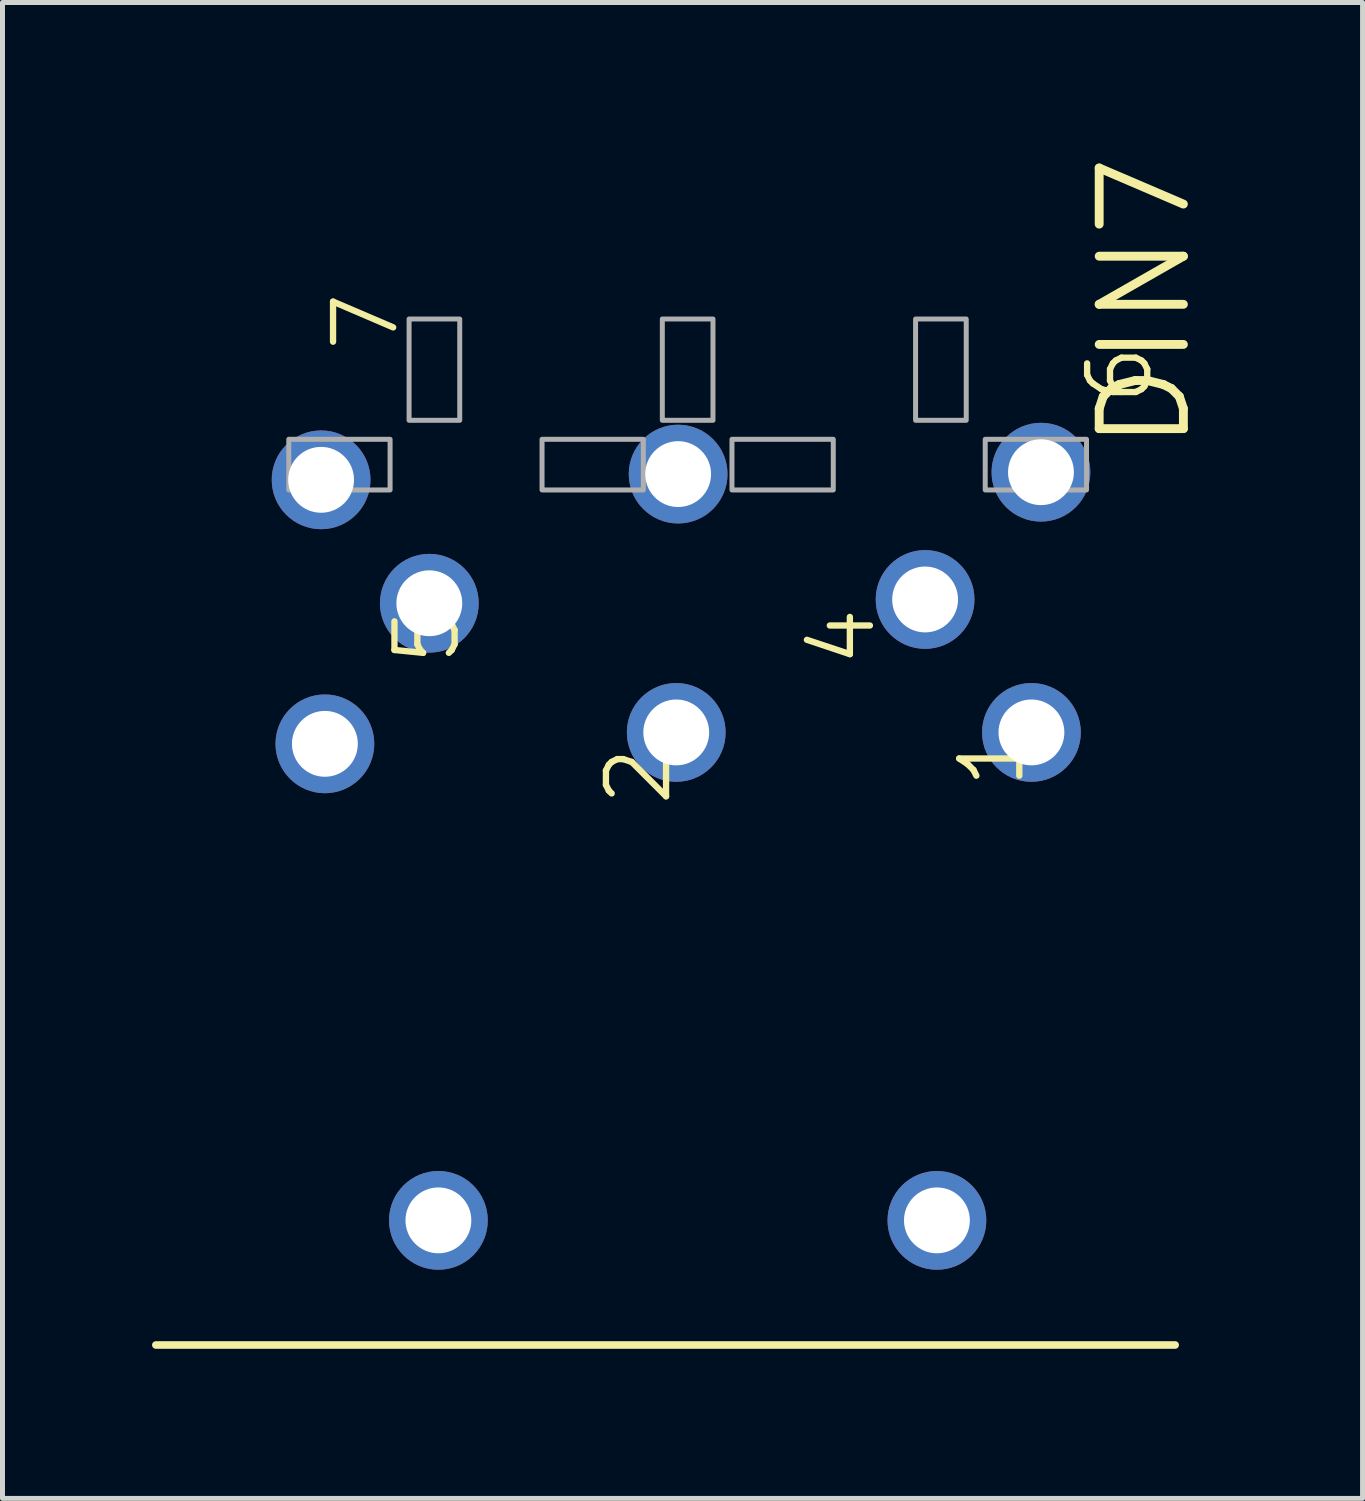
<source format=kicad_pcb>
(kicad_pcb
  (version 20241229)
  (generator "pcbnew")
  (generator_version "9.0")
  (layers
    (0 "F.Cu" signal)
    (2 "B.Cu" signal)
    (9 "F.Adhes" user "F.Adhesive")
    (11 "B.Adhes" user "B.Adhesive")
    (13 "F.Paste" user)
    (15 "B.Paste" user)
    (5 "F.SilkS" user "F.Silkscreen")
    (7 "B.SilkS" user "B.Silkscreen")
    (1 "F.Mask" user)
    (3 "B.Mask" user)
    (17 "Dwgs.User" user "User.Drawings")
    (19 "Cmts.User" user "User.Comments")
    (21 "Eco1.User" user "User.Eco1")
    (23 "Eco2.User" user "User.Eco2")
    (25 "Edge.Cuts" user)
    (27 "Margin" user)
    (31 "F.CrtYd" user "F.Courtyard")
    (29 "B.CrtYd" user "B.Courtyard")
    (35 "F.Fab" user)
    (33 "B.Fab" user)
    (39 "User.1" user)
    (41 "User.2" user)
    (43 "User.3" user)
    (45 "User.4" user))
  (footprint "DIN7"
    (layer "F.Cu")
    (at 10.744 16.43)
    (property "Reference" "DIN7" (at 10.16 -10.363 90) (layer "F.SilkS") (effects (font (size 1.689 1.689) (thickness 0.178)) (justify left bottom)))
    (attr through_hole)
    (fp_line (start -10.668 7.5) (end 9.779 7.5) (stroke (width 0.152) (type solid)) (layer "F.SilkS"))
    (fp_poly (pts (xy -8.001 -9.652) (xy -5.969 -9.652) (xy -5.969 -10.668) (xy -8.001 -10.668)) (stroke (width 0.1) (type solid)) (fill no) (layer "F.Fab"))
    (fp_poly (pts (xy -5.588 -11.049) (xy -4.572 -11.049) (xy -4.572 -13.081) (xy -5.588 -13.081)) (stroke (width 0.1) (type solid)) (fill no) (layer "F.Fab"))
    (fp_poly (pts (xy -2.921 -9.652) (xy -0.889 -9.652) (xy -0.889 -10.668) (xy -2.921 -10.668)) (stroke (width 0.1) (type solid)) (fill no) (layer "F.Fab"))
    (fp_poly (pts (xy -0.508 -11.049) (xy 0.508 -11.049) (xy 0.508 -13.081) (xy -0.508 -13.081)) (stroke (width 0.1) (type solid)) (fill no) (layer "F.Fab"))
    (fp_poly (pts (xy 0.889 -9.652) (xy 2.921 -9.652) (xy 2.921 -10.668) (xy 0.889 -10.668)) (stroke (width 0.1) (type solid)) (fill no) (layer "F.Fab"))
    (fp_poly (pts (xy 4.572 -11.049) (xy 5.588 -11.049) (xy 5.588 -13.081) (xy 4.572 -13.081)) (stroke (width 0.1) (type solid)) (fill no) (layer "F.Fab"))
    (fp_poly (pts (xy 5.969 -9.652) (xy 8.001 -9.652) (xy 8.001 -10.668) (xy 5.969 -10.668)) (stroke (width 0.1) (type solid)) (fill no) (layer "F.Fab"))
    (fp_text user "7" (at -5.753 -12.37 90) (layer "F.SilkS") (effects (font (size 1.206 1.206) (thickness 0.127)) (justify left bottom)))
    (fp_text user "4" (at 3.81 -6.045 90) (layer "F.SilkS") (effects (font (size 1.206 1.206) (thickness 0.127)) (justify left bottom)))
    (fp_text user "6" (at 9.373 -11.303 90) (layer "F.SilkS") (effects (font (size 1.206 1.206) (thickness 0.127)) (justify left bottom)))
    (fp_text user "2" (at -0.279 -3.251 90) (layer "F.SilkS") (effects (font (size 1.206 1.206) (thickness 0.127)) (justify left bottom)))
    (fp_text user "5" (at -4.521 -6.071 90) (layer "F.SilkS") (effects (font (size 1.206 1.206) (thickness 0.127)) (justify left bottom)))
    (fp_text user "1" (at 6.807 -3.607 90) (layer "F.SilkS") (effects (font (size 1.206 1.206) (thickness 0.127)) (justify left bottom)))
    (pad "1" thru_hole circle (at 6.896 -4.788) (size 1.981 1.981) (drill 1.321) (layers "*.Cu" "*.Mask"))
    (pad "2" thru_hole circle (at -0.229 -4.788) (size 1.981 1.981) (drill 1.321) (layers "*.Cu" "*.Mask"))
    (pad "3" thru_hole circle (at -7.277 -4.559) (size 1.981 1.981) (drill 1.321) (layers "*.Cu" "*.Mask"))
    (pad "4" thru_hole circle (at 4.763 -7.455) (size 1.981 1.981) (drill 1.321) (layers "*.Cu" "*.Mask"))
    (pad "5" thru_hole circle (at -5.182 -7.379) (size 1.981 1.981) (drill 1.321) (layers "*.Cu" "*.Mask"))
    (pad "6" thru_hole circle (at 7.087 -10.008) (size 1.981 1.981) (drill 1.321) (layers "*.Cu" "*.Mask"))
    (pad "7" thru_hole circle (at -7.353 -9.855) (size 1.981 1.981) (drill 1.321) (layers "*.Cu" "*.Mask"))
    (pad "7" thru_hole circle (at -0.191 -9.97) (size 1.981 1.981) (drill 1.321) (layers "*.Cu" "*.Mask"))
    (pad "PE" thru_hole circle (at -5 5) (size 1.981 1.981) (drill 1.321) (layers "*.Cu" "*.Mask"))
    (pad "PE@" thru_hole circle (at 5 5) (size 1.981 1.981) (drill 1.321) (layers "*.Cu" "*.Mask")))
  (gr_rect
    (start -3 -3)
    (end 24.282 27.007)
    (stroke (width 0.1) (type default))
    (fill no)
    (layer "Edge.Cuts")))
</source>
